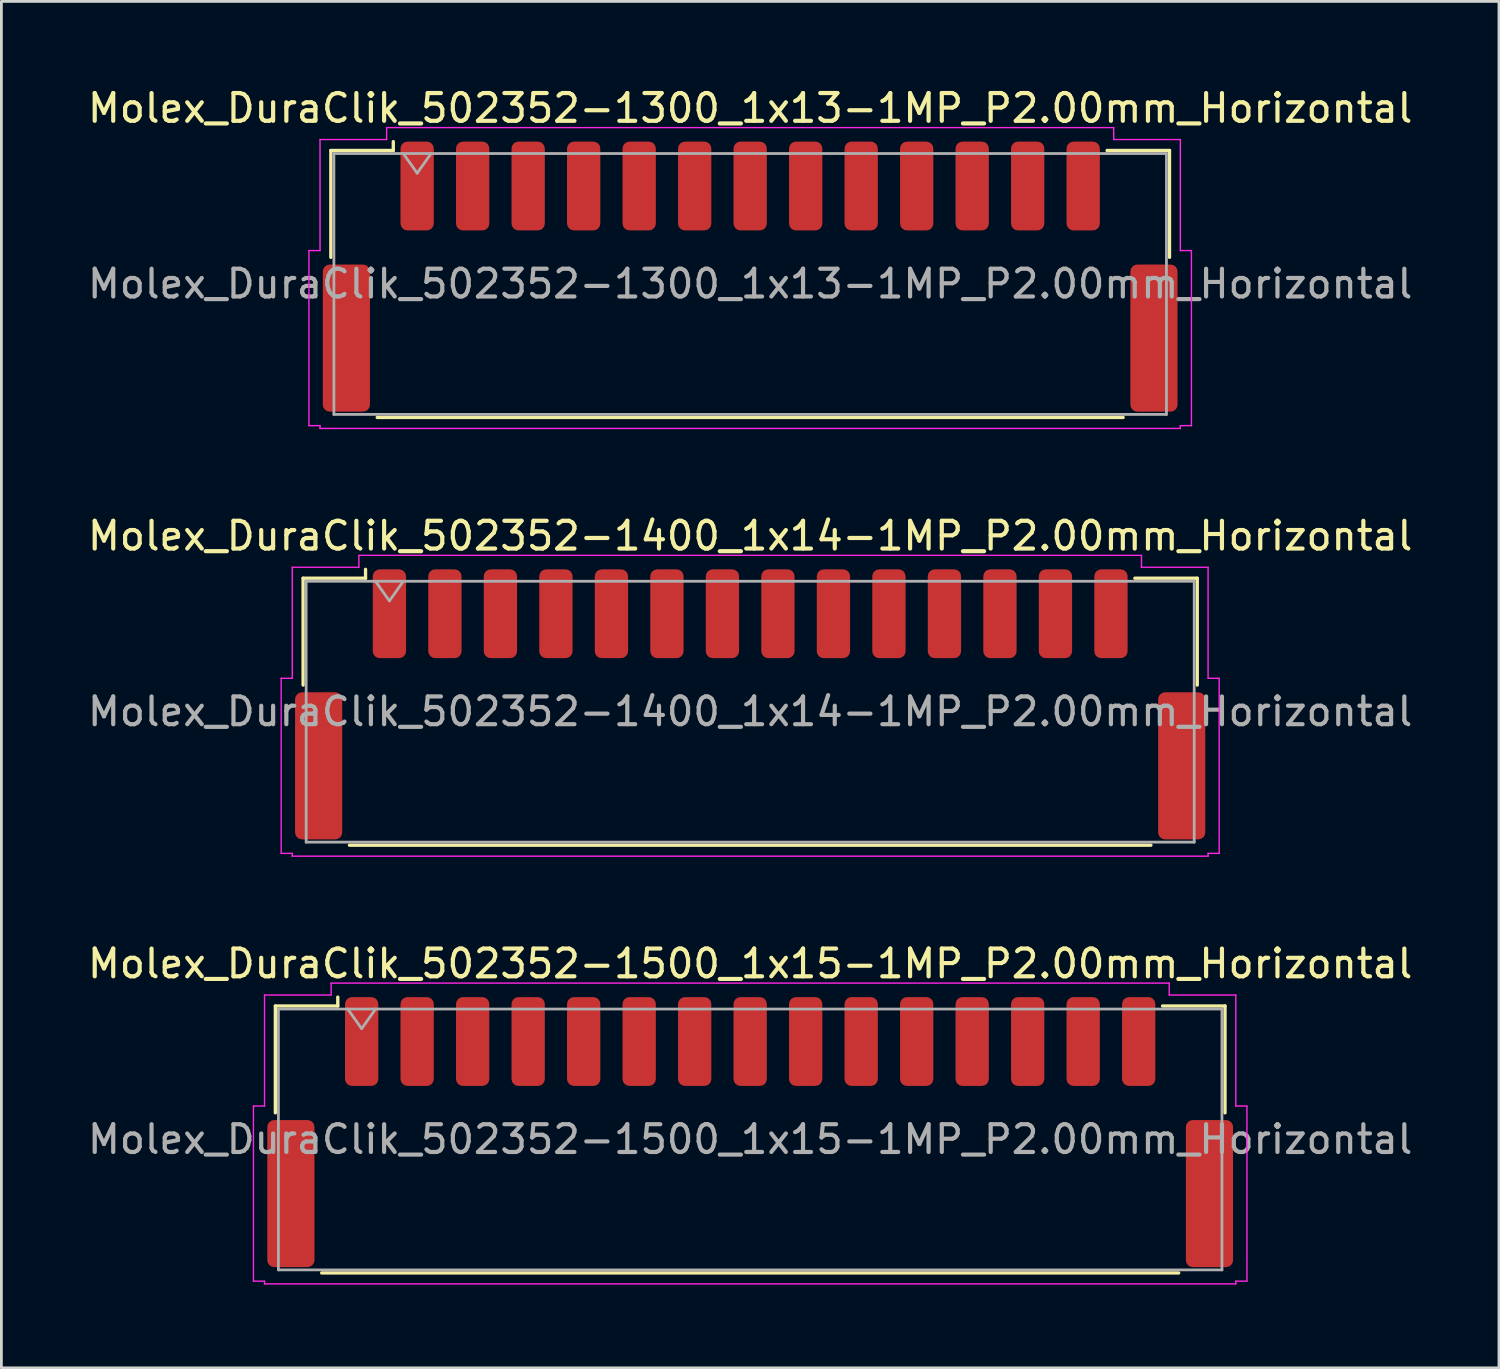
<source format=kicad_pcb>
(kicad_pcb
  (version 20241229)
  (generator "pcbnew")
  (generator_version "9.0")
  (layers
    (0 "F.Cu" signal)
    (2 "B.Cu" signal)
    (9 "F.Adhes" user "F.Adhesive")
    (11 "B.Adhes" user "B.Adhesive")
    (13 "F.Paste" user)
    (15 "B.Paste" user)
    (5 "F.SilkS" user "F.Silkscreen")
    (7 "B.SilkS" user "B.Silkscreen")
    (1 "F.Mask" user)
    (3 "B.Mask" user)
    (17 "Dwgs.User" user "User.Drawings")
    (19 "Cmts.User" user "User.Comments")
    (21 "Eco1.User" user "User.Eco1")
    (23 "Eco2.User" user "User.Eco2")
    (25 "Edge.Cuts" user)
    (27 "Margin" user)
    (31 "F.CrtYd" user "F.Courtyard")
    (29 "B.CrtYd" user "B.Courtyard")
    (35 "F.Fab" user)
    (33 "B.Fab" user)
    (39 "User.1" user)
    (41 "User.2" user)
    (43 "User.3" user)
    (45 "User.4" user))
  (footprint "Molex_DuraClik_502352-1300_1x13-1MP_P2.00mm_Horizontal"
    (layer "F.Cu")
    (at 23.982 6.918)
    (property "Reference" "Molex_DuraClik_502352-1300_1x13-1MP_P2.00mm_Horizontal" (at 0 -6.07 0) (layer "F.SilkS") (effects (font (size 1 1) (thickness 0.15))))
    (attr smd)
    (fp_line (start -15.11 -4.545) (end -12.86 -4.545) (stroke (width 0.12) (type solid)) (layer "F.SilkS"))
    (fp_line (start -15.11 -0.695) (end -15.11 -4.545) (stroke (width 0.12) (type solid)) (layer "F.SilkS"))
    (fp_line (start -13.44 5.075) (end 13.44 5.075) (stroke (width 0.12) (type solid)) (layer "F.SilkS"))
    (fp_line (start -12.86 -4.545) (end -12.86 -4.865) (stroke (width 0.12) (type solid)) (layer "F.SilkS"))
    (fp_line (start 15.11 -4.545) (end 12.86 -4.545) (stroke (width 0.12) (type solid)) (layer "F.SilkS"))
    (fp_line (start 15.11 -0.695) (end 15.11 -4.545) (stroke (width 0.12) (type solid)) (layer "F.SilkS"))
    (fp_line (start -15.9 -0.94) (end -15.5 -0.94) (stroke (width 0.05) (type solid)) (layer "F.CrtYd"))
    (fp_line (start -15.9 5.37) (end -15.9 -0.94) (stroke (width 0.05) (type solid)) (layer "F.CrtYd"))
    (fp_line (start -15.5 -4.94) (end -13.1 -4.94) (stroke (width 0.05) (type solid)) (layer "F.CrtYd"))
    (fp_line (start -15.5 -0.94) (end -15.5 -4.94) (stroke (width 0.05) (type solid)) (layer "F.CrtYd"))
    (fp_line (start -15.5 5.37) (end -15.9 5.37) (stroke (width 0.05) (type solid)) (layer "F.CrtYd"))
    (fp_line (start -15.5 5.47) (end -15.5 5.37) (stroke (width 0.05) (type solid)) (layer "F.CrtYd"))
    (fp_line (start -13.1 -5.37) (end 13.1 -5.37) (stroke (width 0.05) (type solid)) (layer "F.CrtYd"))
    (fp_line (start -13.1 -4.94) (end -13.1 -5.37) (stroke (width 0.05) (type solid)) (layer "F.CrtYd"))
    (fp_line (start 13.1 -5.37) (end 13.1 -4.94) (stroke (width 0.05) (type solid)) (layer "F.CrtYd"))
    (fp_line (start 13.1 -4.94) (end 15.5 -4.94) (stroke (width 0.05) (type solid)) (layer "F.CrtYd"))
    (fp_line (start 15.5 -4.94) (end 15.5 -0.94) (stroke (width 0.05) (type solid)) (layer "F.CrtYd"))
    (fp_line (start 15.5 -0.94) (end 15.9 -0.94) (stroke (width 0.05) (type solid)) (layer "F.CrtYd"))
    (fp_line (start 15.5 5.37) (end 15.5 5.47) (stroke (width 0.05) (type solid)) (layer "F.CrtYd"))
    (fp_line (start 15.5 5.47) (end -15.5 5.47) (stroke (width 0.05) (type solid)) (layer "F.CrtYd"))
    (fp_line (start 15.9 -0.94) (end 15.9 5.37) (stroke (width 0.05) (type solid)) (layer "F.CrtYd"))
    (fp_line (start 15.9 5.37) (end 15.5 5.37) (stroke (width 0.05) (type solid)) (layer "F.CrtYd"))
    (fp_line (start -15 -4.435) (end -15 4.965) (stroke (width 0.1) (type solid)) (layer "F.Fab"))
    (fp_line (start -15 -4.435) (end 15 -4.435) (stroke (width 0.1) (type solid)) (layer "F.Fab"))
    (fp_line (start -15 4.965) (end 15 4.965) (stroke (width 0.1) (type solid)) (layer "F.Fab"))
    (fp_line (start -12.5 -4.435) (end -12 -3.728) (stroke (width 0.1) (type solid)) (layer "F.Fab"))
    (fp_line (start -12 -3.728) (end -11.5 -4.435) (stroke (width 0.1) (type solid)) (layer "F.Fab"))
    (fp_line (start 15 -4.435) (end 15 4.965) (stroke (width 0.1) (type solid)) (layer "F.Fab"))
    (fp_text user "${REFERENCE}" (at 0 0.26 0) (layer "F.Fab") (effects (font (size 1 1) (thickness 0.15))))
    (pad "1" smd roundrect (at -12 -3.265) (size 1.2 3.2) (layers "F.Cu" "F.Mask" "F.Paste") (roundrect_rratio 0.208))
    (pad "2" smd roundrect (at -10 -3.265) (size 1.2 3.2) (layers "F.Cu" "F.Mask" "F.Paste") (roundrect_rratio 0.208))
    (pad "3" smd roundrect (at -8 -3.265) (size 1.2 3.2) (layers "F.Cu" "F.Mask" "F.Paste") (roundrect_rratio 0.208))
    (pad "4" smd roundrect (at -6 -3.265) (size 1.2 3.2) (layers "F.Cu" "F.Mask" "F.Paste") (roundrect_rratio 0.208))
    (pad "5" smd roundrect (at -4 -3.265) (size 1.2 3.2) (layers "F.Cu" "F.Mask" "F.Paste") (roundrect_rratio 0.208))
    (pad "6" smd roundrect (at -2 -3.265) (size 1.2 3.2) (layers "F.Cu" "F.Mask" "F.Paste") (roundrect_rratio 0.208))
    (pad "7" smd roundrect (at 0 -3.265) (size 1.2 3.2) (layers "F.Cu" "F.Mask" "F.Paste") (roundrect_rratio 0.208))
    (pad "8" smd roundrect (at 2 -3.265) (size 1.2 3.2) (layers "F.Cu" "F.Mask" "F.Paste") (roundrect_rratio 0.208))
    (pad "9" smd roundrect (at 4 -3.265) (size 1.2 3.2) (layers "F.Cu" "F.Mask" "F.Paste") (roundrect_rratio 0.208))
    (pad "10" smd roundrect (at 6 -3.265) (size 1.2 3.2) (layers "F.Cu" "F.Mask" "F.Paste") (roundrect_rratio 0.208))
    (pad "11" smd roundrect (at 8 -3.265) (size 1.2 3.2) (layers "F.Cu" "F.Mask" "F.Paste") (roundrect_rratio 0.208))
    (pad "12" smd roundrect (at 10 -3.265) (size 1.2 3.2) (layers "F.Cu" "F.Mask" "F.Paste") (roundrect_rratio 0.208))
    (pad "13" smd roundrect (at 12 -3.265) (size 1.2 3.2) (layers "F.Cu" "F.Mask" "F.Paste") (roundrect_rratio 0.208))
    (pad "MP" smd roundrect (at -14.55 2.215) (size 1.7 5.3) (layers "F.Cu" "F.Mask" "F.Paste") (roundrect_rratio 0.147))
    (pad "MP" smd roundrect (at 14.55 2.215) (size 1.7 5.3) (layers "F.Cu" "F.Mask" "F.Paste") (roundrect_rratio 0.147)))
  (footprint "Molex_DuraClik_502352-1500_1x15-1MP_P2.00mm_Horizontal"
    (layer "F.Cu")
    (at 23.982 37.745)
    (property "Reference" "Molex_DuraClik_502352-1500_1x15-1MP_P2.00mm_Horizontal" (at 0 -6.07 0) (layer "F.SilkS") (effects (font (size 1 1) (thickness 0.15))))
    (attr smd)
    (fp_line (start -17.11 -4.545) (end -14.86 -4.545) (stroke (width 0.12) (type solid)) (layer "F.SilkS"))
    (fp_line (start -17.11 -0.695) (end -17.11 -4.545) (stroke (width 0.12) (type solid)) (layer "F.SilkS"))
    (fp_line (start -15.44 5.075) (end 15.44 5.075) (stroke (width 0.12) (type solid)) (layer "F.SilkS"))
    (fp_line (start -14.86 -4.545) (end -14.86 -4.865) (stroke (width 0.12) (type solid)) (layer "F.SilkS"))
    (fp_line (start 17.11 -4.545) (end 14.86 -4.545) (stroke (width 0.12) (type solid)) (layer "F.SilkS"))
    (fp_line (start 17.11 -0.695) (end 17.11 -4.545) (stroke (width 0.12) (type solid)) (layer "F.SilkS"))
    (fp_line (start -17.9 -0.94) (end -17.5 -0.94) (stroke (width 0.05) (type solid)) (layer "F.CrtYd"))
    (fp_line (start -17.9 5.37) (end -17.9 -0.94) (stroke (width 0.05) (type solid)) (layer "F.CrtYd"))
    (fp_line (start -17.5 -4.94) (end -15.1 -4.94) (stroke (width 0.05) (type solid)) (layer "F.CrtYd"))
    (fp_line (start -17.5 -0.94) (end -17.5 -4.94) (stroke (width 0.05) (type solid)) (layer "F.CrtYd"))
    (fp_line (start -17.5 5.37) (end -17.9 5.37) (stroke (width 0.05) (type solid)) (layer "F.CrtYd"))
    (fp_line (start -17.5 5.47) (end -17.5 5.37) (stroke (width 0.05) (type solid)) (layer "F.CrtYd"))
    (fp_line (start -15.1 -5.37) (end 15.1 -5.37) (stroke (width 0.05) (type solid)) (layer "F.CrtYd"))
    (fp_line (start -15.1 -4.94) (end -15.1 -5.37) (stroke (width 0.05) (type solid)) (layer "F.CrtYd"))
    (fp_line (start 15.1 -5.37) (end 15.1 -4.94) (stroke (width 0.05) (type solid)) (layer "F.CrtYd"))
    (fp_line (start 15.1 -4.94) (end 17.5 -4.94) (stroke (width 0.05) (type solid)) (layer "F.CrtYd"))
    (fp_line (start 17.5 -4.94) (end 17.5 -0.94) (stroke (width 0.05) (type solid)) (layer "F.CrtYd"))
    (fp_line (start 17.5 -0.94) (end 17.9 -0.94) (stroke (width 0.05) (type solid)) (layer "F.CrtYd"))
    (fp_line (start 17.5 5.37) (end 17.5 5.47) (stroke (width 0.05) (type solid)) (layer "F.CrtYd"))
    (fp_line (start 17.5 5.47) (end -17.5 5.47) (stroke (width 0.05) (type solid)) (layer "F.CrtYd"))
    (fp_line (start 17.9 -0.94) (end 17.9 5.37) (stroke (width 0.05) (type solid)) (layer "F.CrtYd"))
    (fp_line (start 17.9 5.37) (end 17.5 5.37) (stroke (width 0.05) (type solid)) (layer "F.CrtYd"))
    (fp_line (start -17 -4.435) (end -17 4.965) (stroke (width 0.1) (type solid)) (layer "F.Fab"))
    (fp_line (start -17 -4.435) (end 17 -4.435) (stroke (width 0.1) (type solid)) (layer "F.Fab"))
    (fp_line (start -17 4.965) (end 17 4.965) (stroke (width 0.1) (type solid)) (layer "F.Fab"))
    (fp_line (start -14.5 -4.435) (end -14 -3.728) (stroke (width 0.1) (type solid)) (layer "F.Fab"))
    (fp_line (start -14 -3.728) (end -13.5 -4.435) (stroke (width 0.1) (type solid)) (layer "F.Fab"))
    (fp_line (start 17 -4.435) (end 17 4.965) (stroke (width 0.1) (type solid)) (layer "F.Fab"))
    (fp_text user "${REFERENCE}" (at 0 0.26 0) (layer "F.Fab") (effects (font (size 1 1) (thickness 0.15))))
    (pad "1" smd roundrect (at -14 -3.265) (size 1.2 3.2) (layers "F.Cu" "F.Mask" "F.Paste") (roundrect_rratio 0.208))
    (pad "2" smd roundrect (at -12 -3.265) (size 1.2 3.2) (layers "F.Cu" "F.Mask" "F.Paste") (roundrect_rratio 0.208))
    (pad "3" smd roundrect (at -10 -3.265) (size 1.2 3.2) (layers "F.Cu" "F.Mask" "F.Paste") (roundrect_rratio 0.208))
    (pad "4" smd roundrect (at -8 -3.265) (size 1.2 3.2) (layers "F.Cu" "F.Mask" "F.Paste") (roundrect_rratio 0.208))
    (pad "5" smd roundrect (at -6 -3.265) (size 1.2 3.2) (layers "F.Cu" "F.Mask" "F.Paste") (roundrect_rratio 0.208))
    (pad "6" smd roundrect (at -4 -3.265) (size 1.2 3.2) (layers "F.Cu" "F.Mask" "F.Paste") (roundrect_rratio 0.208))
    (pad "7" smd roundrect (at -2 -3.265) (size 1.2 3.2) (layers "F.Cu" "F.Mask" "F.Paste") (roundrect_rratio 0.208))
    (pad "8" smd roundrect (at 0 -3.265) (size 1.2 3.2) (layers "F.Cu" "F.Mask" "F.Paste") (roundrect_rratio 0.208))
    (pad "9" smd roundrect (at 2 -3.265) (size 1.2 3.2) (layers "F.Cu" "F.Mask" "F.Paste") (roundrect_rratio 0.208))
    (pad "10" smd roundrect (at 4 -3.265) (size 1.2 3.2) (layers "F.Cu" "F.Mask" "F.Paste") (roundrect_rratio 0.208))
    (pad "11" smd roundrect (at 6 -3.265) (size 1.2 3.2) (layers "F.Cu" "F.Mask" "F.Paste") (roundrect_rratio 0.208))
    (pad "12" smd roundrect (at 8 -3.265) (size 1.2 3.2) (layers "F.Cu" "F.Mask" "F.Paste") (roundrect_rratio 0.208))
    (pad "13" smd roundrect (at 10 -3.265) (size 1.2 3.2) (layers "F.Cu" "F.Mask" "F.Paste") (roundrect_rratio 0.208))
    (pad "14" smd roundrect (at 12 -3.265) (size 1.2 3.2) (layers "F.Cu" "F.Mask" "F.Paste") (roundrect_rratio 0.208))
    (pad "15" smd roundrect (at 14 -3.265) (size 1.2 3.2) (layers "F.Cu" "F.Mask" "F.Paste") (roundrect_rratio 0.208))
    (pad "MP" smd roundrect (at -16.55 2.215) (size 1.7 5.3) (layers "F.Cu" "F.Mask" "F.Paste") (roundrect_rratio 0.147))
    (pad "MP" smd roundrect (at 16.55 2.215) (size 1.7 5.3) (layers "F.Cu" "F.Mask" "F.Paste") (roundrect_rratio 0.147)))
  (footprint "Molex_DuraClik_502352-1400_1x14-1MP_P2.00mm_Horizontal"
    (layer "F.Cu")
    (at 23.982 22.331)
    (property "Reference" "Molex_DuraClik_502352-1400_1x14-1MP_P2.00mm_Horizontal" (at 0 -6.07 0) (layer "F.SilkS") (effects (font (size 1 1) (thickness 0.15))))
    (attr smd)
    (fp_line (start -16.11 -4.545) (end -13.86 -4.545) (stroke (width 0.12) (type solid)) (layer "F.SilkS"))
    (fp_line (start -16.11 -0.695) (end -16.11 -4.545) (stroke (width 0.12) (type solid)) (layer "F.SilkS"))
    (fp_line (start -14.44 5.075) (end 14.44 5.075) (stroke (width 0.12) (type solid)) (layer "F.SilkS"))
    (fp_line (start -13.86 -4.545) (end -13.86 -4.865) (stroke (width 0.12) (type solid)) (layer "F.SilkS"))
    (fp_line (start 16.11 -4.545) (end 13.86 -4.545) (stroke (width 0.12) (type solid)) (layer "F.SilkS"))
    (fp_line (start 16.11 -0.695) (end 16.11 -4.545) (stroke (width 0.12) (type solid)) (layer "F.SilkS"))
    (fp_line (start -16.9 -0.94) (end -16.5 -0.94) (stroke (width 0.05) (type solid)) (layer "F.CrtYd"))
    (fp_line (start -16.9 5.37) (end -16.9 -0.94) (stroke (width 0.05) (type solid)) (layer "F.CrtYd"))
    (fp_line (start -16.5 -4.94) (end -14.1 -4.94) (stroke (width 0.05) (type solid)) (layer "F.CrtYd"))
    (fp_line (start -16.5 -0.94) (end -16.5 -4.94) (stroke (width 0.05) (type solid)) (layer "F.CrtYd"))
    (fp_line (start -16.5 5.37) (end -16.9 5.37) (stroke (width 0.05) (type solid)) (layer "F.CrtYd"))
    (fp_line (start -16.5 5.47) (end -16.5 5.37) (stroke (width 0.05) (type solid)) (layer "F.CrtYd"))
    (fp_line (start -14.1 -5.37) (end 14.1 -5.37) (stroke (width 0.05) (type solid)) (layer "F.CrtYd"))
    (fp_line (start -14.1 -4.94) (end -14.1 -5.37) (stroke (width 0.05) (type solid)) (layer "F.CrtYd"))
    (fp_line (start 14.1 -5.37) (end 14.1 -4.94) (stroke (width 0.05) (type solid)) (layer "F.CrtYd"))
    (fp_line (start 14.1 -4.94) (end 16.5 -4.94) (stroke (width 0.05) (type solid)) (layer "F.CrtYd"))
    (fp_line (start 16.5 -4.94) (end 16.5 -0.94) (stroke (width 0.05) (type solid)) (layer "F.CrtYd"))
    (fp_line (start 16.5 -0.94) (end 16.9 -0.94) (stroke (width 0.05) (type solid)) (layer "F.CrtYd"))
    (fp_line (start 16.5 5.37) (end 16.5 5.47) (stroke (width 0.05) (type solid)) (layer "F.CrtYd"))
    (fp_line (start 16.5 5.47) (end -16.5 5.47) (stroke (width 0.05) (type solid)) (layer "F.CrtYd"))
    (fp_line (start 16.9 -0.94) (end 16.9 5.37) (stroke (width 0.05) (type solid)) (layer "F.CrtYd"))
    (fp_line (start 16.9 5.37) (end 16.5 5.37) (stroke (width 0.05) (type solid)) (layer "F.CrtYd"))
    (fp_line (start -16 -4.435) (end -16 4.965) (stroke (width 0.1) (type solid)) (layer "F.Fab"))
    (fp_line (start -16 -4.435) (end 16 -4.435) (stroke (width 0.1) (type solid)) (layer "F.Fab"))
    (fp_line (start -16 4.965) (end 16 4.965) (stroke (width 0.1) (type solid)) (layer "F.Fab"))
    (fp_line (start -13.5 -4.435) (end -13 -3.728) (stroke (width 0.1) (type solid)) (layer "F.Fab"))
    (fp_line (start -13 -3.728) (end -12.5 -4.435) (stroke (width 0.1) (type solid)) (layer "F.Fab"))
    (fp_line (start 16 -4.435) (end 16 4.965) (stroke (width 0.1) (type solid)) (layer "F.Fab"))
    (fp_text user "${REFERENCE}" (at 0 0.26 0) (layer "F.Fab") (effects (font (size 1 1) (thickness 0.15))))
    (pad "1" smd roundrect (at -13 -3.265) (size 1.2 3.2) (layers "F.Cu" "F.Mask" "F.Paste") (roundrect_rratio 0.208))
    (pad "2" smd roundrect (at -11 -3.265) (size 1.2 3.2) (layers "F.Cu" "F.Mask" "F.Paste") (roundrect_rratio 0.208))
    (pad "3" smd roundrect (at -9 -3.265) (size 1.2 3.2) (layers "F.Cu" "F.Mask" "F.Paste") (roundrect_rratio 0.208))
    (pad "4" smd roundrect (at -7 -3.265) (size 1.2 3.2) (layers "F.Cu" "F.Mask" "F.Paste") (roundrect_rratio 0.208))
    (pad "5" smd roundrect (at -5 -3.265) (size 1.2 3.2) (layers "F.Cu" "F.Mask" "F.Paste") (roundrect_rratio 0.208))
    (pad "6" smd roundrect (at -3 -3.265) (size 1.2 3.2) (layers "F.Cu" "F.Mask" "F.Paste") (roundrect_rratio 0.208))
    (pad "7" smd roundrect (at -1 -3.265) (size 1.2 3.2) (layers "F.Cu" "F.Mask" "F.Paste") (roundrect_rratio 0.208))
    (pad "8" smd roundrect (at 1 -3.265) (size 1.2 3.2) (layers "F.Cu" "F.Mask" "F.Paste") (roundrect_rratio 0.208))
    (pad "9" smd roundrect (at 3 -3.265) (size 1.2 3.2) (layers "F.Cu" "F.Mask" "F.Paste") (roundrect_rratio 0.208))
    (pad "10" smd roundrect (at 5 -3.265) (size 1.2 3.2) (layers "F.Cu" "F.Mask" "F.Paste") (roundrect_rratio 0.208))
    (pad "11" smd roundrect (at 7 -3.265) (size 1.2 3.2) (layers "F.Cu" "F.Mask" "F.Paste") (roundrect_rratio 0.208))
    (pad "12" smd roundrect (at 9 -3.265) (size 1.2 3.2) (layers "F.Cu" "F.Mask" "F.Paste") (roundrect_rratio 0.208))
    (pad "13" smd roundrect (at 11 -3.265) (size 1.2 3.2) (layers "F.Cu" "F.Mask" "F.Paste") (roundrect_rratio 0.208))
    (pad "14" smd roundrect (at 13 -3.265) (size 1.2 3.2) (layers "F.Cu" "F.Mask" "F.Paste") (roundrect_rratio 0.208))
    (pad "MP" smd roundrect (at -15.55 2.215) (size 1.7 5.3) (layers "F.Cu" "F.Mask" "F.Paste") (roundrect_rratio 0.147))
    (pad "MP" smd roundrect (at 15.55 2.215) (size 1.7 5.3) (layers "F.Cu" "F.Mask" "F.Paste") (roundrect_rratio 0.147)))
  (gr_rect
    (start -3 -3)
    (end 50.964 46.24)
    (stroke (width 0.1) (type default))
    (fill no)
    (layer "Edge.Cuts")))
</source>
